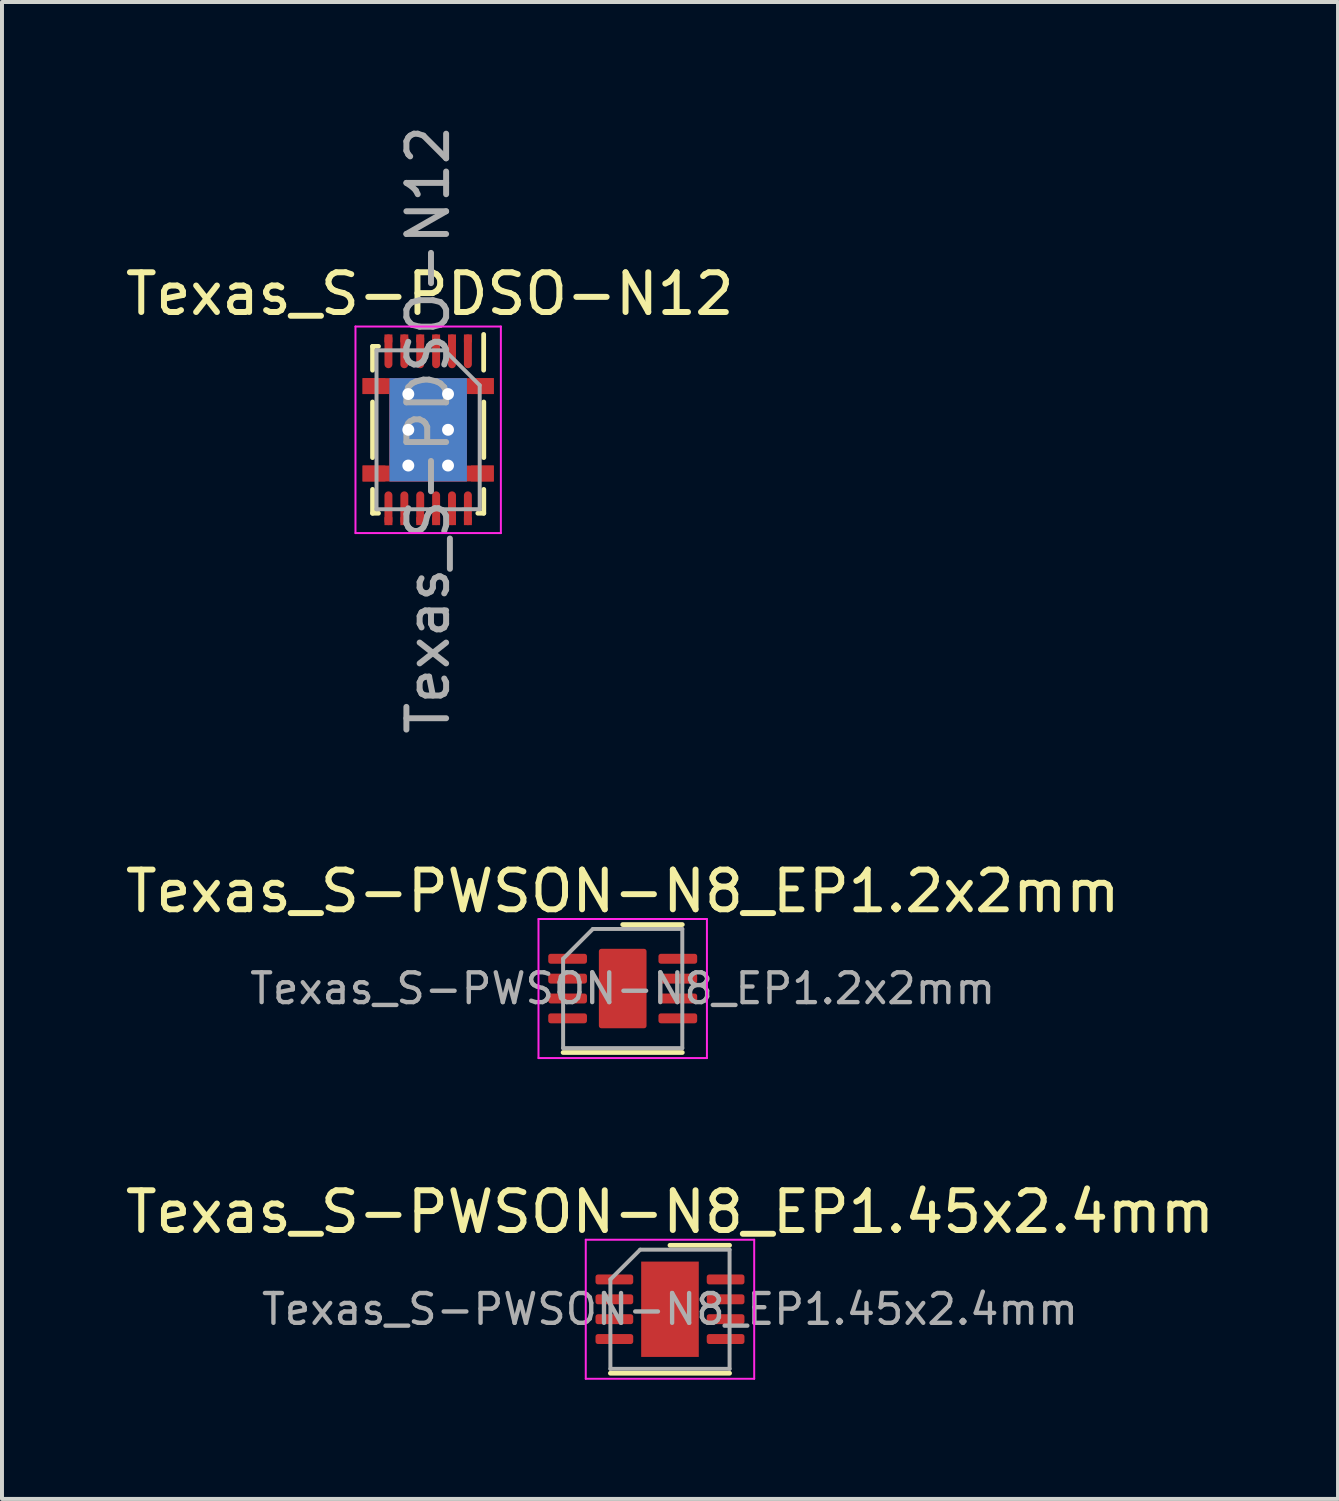
<source format=kicad_pcb>
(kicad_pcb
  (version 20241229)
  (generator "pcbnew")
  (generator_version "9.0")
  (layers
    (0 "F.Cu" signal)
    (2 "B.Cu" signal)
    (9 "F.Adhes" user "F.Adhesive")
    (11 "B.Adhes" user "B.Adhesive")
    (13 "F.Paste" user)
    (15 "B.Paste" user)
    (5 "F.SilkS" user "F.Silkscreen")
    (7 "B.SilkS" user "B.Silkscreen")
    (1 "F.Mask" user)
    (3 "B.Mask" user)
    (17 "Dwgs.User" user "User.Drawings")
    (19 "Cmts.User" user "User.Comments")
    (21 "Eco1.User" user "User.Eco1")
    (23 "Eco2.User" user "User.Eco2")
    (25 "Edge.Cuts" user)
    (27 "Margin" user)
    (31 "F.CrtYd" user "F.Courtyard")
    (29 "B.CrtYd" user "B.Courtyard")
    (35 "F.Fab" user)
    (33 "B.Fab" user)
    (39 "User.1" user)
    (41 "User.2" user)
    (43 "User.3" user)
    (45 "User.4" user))
  (footprint "Texas_S-PWSON-N8_EP1.2x2mm"
    (layer "F.Cu")
    (at 12.625 21.834)
    (property "Reference" "Texas_S-PWSON-N8_EP1.2x2mm" (at 0 -2.45 0) (layer "F.SilkS") (effects (font (size 1 1) (thickness 0.15))))
    (attr smd)
    (fp_line (start -1.5 1.61) (end 1.5 1.61) (stroke (width 0.12) (type solid)) (layer "F.SilkS"))
    (fp_line (start 0 -1.61) (end 1.5 -1.61) (stroke (width 0.12) (type solid)) (layer "F.SilkS"))
    (fp_line (start -2.12 -1.75) (end -2.12 1.75) (stroke (width 0.05) (type solid)) (layer "F.CrtYd"))
    (fp_line (start -2.12 1.75) (end 2.12 1.75) (stroke (width 0.05) (type solid)) (layer "F.CrtYd"))
    (fp_line (start 2.12 -1.75) (end -2.12 -1.75) (stroke (width 0.05) (type solid)) (layer "F.CrtYd"))
    (fp_line (start 2.12 1.75) (end 2.12 -1.75) (stroke (width 0.05) (type solid)) (layer "F.CrtYd"))
    (fp_line (start -1.5 -0.75) (end -0.75 -1.5) (stroke (width 0.1) (type solid)) (layer "F.Fab"))
    (fp_line (start -1.5 1.5) (end -1.5 -0.75) (stroke (width 0.1) (type solid)) (layer "F.Fab"))
    (fp_line (start -0.75 -1.5) (end 1.5 -1.5) (stroke (width 0.1) (type solid)) (layer "F.Fab"))
    (fp_line (start 1.5 -1.5) (end 1.5 1.5) (stroke (width 0.1) (type solid)) (layer "F.Fab"))
    (fp_line (start 1.5 1.5) (end -1.5 1.5) (stroke (width 0.1) (type solid)) (layer "F.Fab"))
    (fp_text user "${REFERENCE}" (at 0 0 0) (layer "F.Fab") (effects (font (size 0.75 0.75) (thickness 0.11))))
    (pad "" smd roundrect (at 0 -0.5) (size 0.97 0.81) (layers "F.Paste") (roundrect_rratio 0.25))
    (pad "" smd roundrect (at 0 0.5) (size 0.97 0.81) (layers "F.Paste") (roundrect_rratio 0.25))
    (pad "1" smd roundrect (at -1.387 -0.75) (size 0.975 0.25) (layers "F.Cu" "F.Mask" "F.Paste") (roundrect_rratio 0.25))
    (pad "2" smd roundrect (at -1.387 -0.25) (size 0.975 0.25) (layers "F.Cu" "F.Mask" "F.Paste") (roundrect_rratio 0.25))
    (pad "3" smd roundrect (at -1.387 0.25) (size 0.975 0.25) (layers "F.Cu" "F.Mask" "F.Paste") (roundrect_rratio 0.25))
    (pad "4" smd roundrect (at -1.387 0.75) (size 0.975 0.25) (layers "F.Cu" "F.Mask" "F.Paste") (roundrect_rratio 0.25))
    (pad "5" smd roundrect (at 1.387 0.75) (size 0.975 0.25) (layers "F.Cu" "F.Mask" "F.Paste") (roundrect_rratio 0.25))
    (pad "6" smd roundrect (at 1.387 0.25) (size 0.975 0.25) (layers "F.Cu" "F.Mask" "F.Paste") (roundrect_rratio 0.25))
    (pad "7" smd roundrect (at 1.387 -0.25) (size 0.975 0.25) (layers "F.Cu" "F.Mask" "F.Paste") (roundrect_rratio 0.25))
    (pad "8" smd roundrect (at 1.387 -0.75) (size 0.975 0.25) (layers "F.Cu" "F.Mask" "F.Paste") (roundrect_rratio 0.25))
    (pad "9" smd roundrect (at 0 0) (size 1.2 2) (layers "F.Cu" "F.Mask") (roundrect_rratio 0.052)))
  (footprint "Texas_S-PDSO-N12"
    (layer "F.Cu")
    (at 7.728 7.769)
    (property "Reference" "Texas_S-PDSO-N12" (at 0.04 -3.42 0) (layer "F.SilkS") (effects (font (size 1 1) (thickness 0.15))))
    (attr smd)
    (fp_line (start -1.4 -2.1) (end -1.25 -2.1) (stroke (width 0.12) (type solid)) (layer "F.SilkS"))
    (fp_line (start -1.4 -1.5) (end -1.4 -2.1) (stroke (width 0.12) (type solid)) (layer "F.SilkS"))
    (fp_line (start -1.4 0.7) (end -1.4 -0.7) (stroke (width 0.12) (type solid)) (layer "F.SilkS"))
    (fp_line (start -1.4 2.1) (end -1.4 1.5) (stroke (width 0.12) (type solid)) (layer "F.SilkS"))
    (fp_line (start -1.4 2.1) (end -1.25 2.1) (stroke (width 0.12) (type solid)) (layer "F.SilkS"))
    (fp_line (start 1.397 -1.501) (end 1.397 -2.401) (stroke (width 0.12) (type solid)) (layer "F.SilkS"))
    (fp_line (start 1.4 0.7) (end 1.4 -0.7) (stroke (width 0.12) (type solid)) (layer "F.SilkS"))
    (fp_line (start 1.4 1.5) (end 1.4 2.1) (stroke (width 0.12) (type solid)) (layer "F.SilkS"))
    (fp_line (start 1.4 2.1) (end 1.25 2.1) (stroke (width 0.12) (type solid)) (layer "F.SilkS"))
    (fp_line (start -1.83 -2.6) (end -1.83 2.6) (stroke (width 0.05) (type solid)) (layer "F.CrtYd"))
    (fp_line (start -1.83 -2.6) (end 1.83 -2.6) (stroke (width 0.05) (type solid)) (layer "F.CrtYd"))
    (fp_line (start -1.83 2.6) (end 1.83 2.6) (stroke (width 0.05) (type solid)) (layer "F.CrtYd"))
    (fp_line (start 1.83 -2.6) (end 1.83 2.6) (stroke (width 0.05) (type solid)) (layer "F.CrtYd"))
    (fp_line (start -1.3 -2) (end -1.3 2) (stroke (width 0.1) (type solid)) (layer "F.Fab"))
    (fp_line (start -1.3 2) (end 1.297 1.999) (stroke (width 0.1) (type solid)) (layer "F.Fab"))
    (fp_line (start 0.417 -2.001) (end -1.3 -2) (stroke (width 0.1) (type solid)) (layer "F.Fab"))
    (fp_line (start 0.417 -2.001) (end 1.297 -1.121) (stroke (width 0.1) (type solid)) (layer "F.Fab"))
    (fp_line (start 1.297 -1.121) (end 1.297 1.999) (stroke (width 0.1) (type solid)) (layer "F.Fab"))
    (fp_text user "${REFERENCE}" (at -0.003 -0.001 270) (layer "F.Fab") (effects (font (size 1 1) (thickness 0.15))))
    (pad "1" smd rect (at 1 -2.3 270) (size 0.2 0.2) (layers "F.Cu" "F.Mask" "F.Paste"))
    (pad "1" smd oval (at 1 -1.975 270) (size 0.85 0.2) (layers "F.Cu" "F.Mask" "F.Paste"))
    (pad "2" smd rect (at 0.6 -2.3 270) (size 0.2 0.2) (layers "F.Cu" "F.Mask" "F.Paste"))
    (pad "2" smd oval (at 0.6 -1.975 270) (size 0.85 0.2) (layers "F.Cu" "F.Mask" "F.Paste"))
    (pad "3" smd rect (at 0.2 -2.3 270) (size 0.2 0.2) (layers "F.Cu" "F.Mask" "F.Paste"))
    (pad "3" smd oval (at 0.2 -1.975 270) (size 0.85 0.2) (layers "F.Cu" "F.Mask" "F.Paste"))
    (pad "4" smd rect (at -0.2 -2.3 270) (size 0.2 0.2) (layers "F.Cu" "F.Mask" "F.Paste"))
    (pad "4" smd oval (at -0.2 -1.975 270) (size 0.85 0.2) (layers "F.Cu" "F.Mask" "F.Paste"))
    (pad "5" smd rect (at -0.6 -2.3 270) (size 0.2 0.2) (layers "F.Cu" "F.Mask" "F.Paste"))
    (pad "5" smd oval (at -0.6 -1.975 270) (size 0.85 0.2) (layers "F.Cu" "F.Mask" "F.Paste"))
    (pad "6" smd rect (at -1 -2.3 270) (size 0.2 0.2) (layers "F.Cu" "F.Mask" "F.Paste"))
    (pad "6" smd oval (at -1 -1.975 270) (size 0.85 0.2) (layers "F.Cu" "F.Mask" "F.Paste"))
    (pad "7" smd oval (at -1 1.975 270) (size 0.85 0.2) (layers "F.Cu" "F.Mask" "F.Paste"))
    (pad "7" smd rect (at -1 2.3 270) (size 0.2 0.2) (layers "F.Cu" "F.Mask" "F.Paste"))
    (pad "8" smd oval (at -0.6 1.975 270) (size 0.85 0.2) (layers "F.Cu" "F.Mask" "F.Paste"))
    (pad "8" smd rect (at -0.6 2.3 270) (size 0.2 0.2) (layers "F.Cu" "F.Mask" "F.Paste"))
    (pad "9" smd oval (at -0.2 1.975 270) (size 0.85 0.2) (layers "F.Cu" "F.Mask" "F.Paste"))
    (pad "9" smd rect (at -0.2 2.3 270) (size 0.2 0.2) (layers "F.Cu" "F.Mask" "F.Paste"))
    (pad "10" smd oval (at 0.2 1.975 270) (size 0.85 0.2) (layers "F.Cu" "F.Mask" "F.Paste"))
    (pad "10" smd rect (at 0.2 2.3 270) (size 0.2 0.2) (layers "F.Cu" "F.Mask" "F.Paste"))
    (pad "11" smd oval (at 0.6 1.975 270) (size 0.85 0.2) (layers "F.Cu" "F.Mask" "F.Paste"))
    (pad "11" smd rect (at 0.6 2.3 270) (size 0.2 0.2) (layers "F.Cu" "F.Mask" "F.Paste"))
    (pad "12" smd oval (at 1 1.975 270) (size 0.85 0.2) (layers "F.Cu" "F.Mask" "F.Paste"))
    (pad "12" smd rect (at 1 2.3 270) (size 0.2 0.2) (layers "F.Cu" "F.Mask" "F.Paste"))
    (pad "13" smd rect (at -1.365 -1.1 180) (size 0.575 0.4) (layers "F.Cu" "F.Mask" "F.Paste"))
    (pad "13" smd rect (at -1.365 1.1 180) (size 0.575 0.4) (layers "F.Cu" "F.Mask" "F.Paste"))
    (pad "13" smd rect (at -1.312 -1.1 180) (size 0.675 0.4) (layers "F.Cu" "F.Mask"))
    (pad "13" smd rect (at -1.312 1.1 180) (size 0.675 0.4) (layers "F.Cu" "F.Mask"))
    (pad "13" thru_hole circle (at -0.5 -0.9 270) (size 0.6 0.6) (drill 0.3) (layers "*.Cu"))
    (pad "13" thru_hole circle (at -0.5 0 270) (size 0.6 0.6) (drill 0.3) (layers "*.Cu"))
    (pad "13" thru_hole circle (at -0.5 0.9 270) (size 0.6 0.6) (drill 0.3) (layers "*.Cu"))
    (pad "13" smd rect (at -0.487 -0.65) (size 0.975 1.3) (layers "F.Cu" "F.Paste"))
    (pad "13" smd rect (at -0.487 0.65) (size 0.975 1.3) (layers "F.Cu" "F.Paste"))
    (pad "13" smd rect (at 0 0 180) (size 1.95 2.6) (layers "F.Cu" "F.Mask"))
    (pad "13" smd rect (at 0 0 180) (size 1.95 2.6) (layers "F.Mask" "B.Cu"))
    (pad "13" smd rect (at 0.487 -0.65) (size 0.975 1.3) (layers "F.Cu" "F.Paste"))
    (pad "13" smd rect (at 0.487 0.65) (size 0.975 1.3) (layers "F.Cu" "F.Paste"))
    (pad "13" thru_hole circle (at 0.5 -0.9 270) (size 0.6 0.6) (drill 0.3) (layers "*.Cu"))
    (pad "13" thru_hole circle (at 0.5 0 270) (size 0.6 0.6) (drill 0.3) (layers "*.Cu"))
    (pad "13" thru_hole circle (at 0.5 0.9 270) (size 0.6 0.6) (drill 0.3) (layers "*.Cu"))
    (pad "13" smd rect (at 1.312 -1.1 180) (size 0.675 0.4) (layers "F.Cu" "F.Mask"))
    (pad "13" smd rect (at 1.312 1.1 180) (size 0.675 0.4) (layers "F.Cu" "F.Mask"))
    (pad "13" smd rect (at 1.365 -1.1 180) (size 0.575 0.4) (layers "F.Cu" "F.Mask" "F.Paste"))
    (pad "13" smd rect (at 1.365 1.1 180) (size 0.575 0.4) (layers "F.Cu" "F.Mask" "F.Paste")))
  (footprint "Texas_S-PWSON-N8_EP1.45x2.4mm"
    (layer "F.Cu")
    (at 13.815 29.907)
    (property "Reference" "Texas_S-PWSON-N8_EP1.45x2.4mm" (at 0 -2.45 0) (layer "F.SilkS") (effects (font (size 1 1) (thickness 0.15))))
    (attr smd)
    (fp_line (start -1.5 1.61) (end 1.5 1.61) (stroke (width 0.12) (type solid)) (layer "F.SilkS"))
    (fp_line (start 0 -1.61) (end 1.5 -1.61) (stroke (width 0.12) (type solid)) (layer "F.SilkS"))
    (fp_line (start -2.12 -1.75) (end -2.12 1.75) (stroke (width 0.05) (type solid)) (layer "F.CrtYd"))
    (fp_line (start -2.12 1.75) (end 2.12 1.75) (stroke (width 0.05) (type solid)) (layer "F.CrtYd"))
    (fp_line (start 2.12 -1.75) (end -2.12 -1.75) (stroke (width 0.05) (type solid)) (layer "F.CrtYd"))
    (fp_line (start 2.12 1.75) (end 2.12 -1.75) (stroke (width 0.05) (type solid)) (layer "F.CrtYd"))
    (fp_line (start -1.5 -0.75) (end -0.75 -1.5) (stroke (width 0.1) (type solid)) (layer "F.Fab"))
    (fp_line (start -1.5 1.5) (end -1.5 -0.75) (stroke (width 0.1) (type solid)) (layer "F.Fab"))
    (fp_line (start -0.75 -1.5) (end 1.5 -1.5) (stroke (width 0.1) (type solid)) (layer "F.Fab"))
    (fp_line (start 1.5 -1.5) (end 1.5 1.5) (stroke (width 0.1) (type solid)) (layer "F.Fab"))
    (fp_line (start 1.5 1.5) (end -1.5 1.5) (stroke (width 0.1) (type solid)) (layer "F.Fab"))
    (fp_text user "${REFERENCE}" (at 0 0 0) (layer "F.Fab") (effects (font (size 0.75 0.75) (thickness 0.11))))
    (pad "" smd roundrect (at 0 -0.6) (size 1.17 0.97) (layers "F.Paste") (roundrect_rratio 0.25))
    (pad "" smd roundrect (at 0 0.6) (size 1.17 0.97) (layers "F.Paste") (roundrect_rratio 0.25))
    (pad "1" smd roundrect (at -1.4 -0.75) (size 0.95 0.25) (layers "F.Cu" "F.Mask" "F.Paste") (roundrect_rratio 0.25))
    (pad "2" smd roundrect (at -1.4 -0.25) (size 0.95 0.25) (layers "F.Cu" "F.Mask" "F.Paste") (roundrect_rratio 0.25))
    (pad "3" smd roundrect (at -1.4 0.25) (size 0.95 0.25) (layers "F.Cu" "F.Mask" "F.Paste") (roundrect_rratio 0.25))
    (pad "4" smd roundrect (at -1.4 0.75) (size 0.95 0.25) (layers "F.Cu" "F.Mask" "F.Paste") (roundrect_rratio 0.25))
    (pad "5" smd roundrect (at 1.4 0.75) (size 0.95 0.25) (layers "F.Cu" "F.Mask" "F.Paste") (roundrect_rratio 0.25))
    (pad "6" smd roundrect (at 1.4 0.25) (size 0.95 0.25) (layers "F.Cu" "F.Mask" "F.Paste") (roundrect_rratio 0.25))
    (pad "7" smd roundrect (at 1.4 -0.25) (size 0.95 0.25) (layers "F.Cu" "F.Mask" "F.Paste") (roundrect_rratio 0.25))
    (pad "8" smd roundrect (at 1.4 -0.75) (size 0.95 0.25) (layers "F.Cu" "F.Mask" "F.Paste") (roundrect_rratio 0.25))
    (pad "9" smd rect (at 0 0) (size 1.45 2.4) (layers "F.Cu" "F.Mask")))
  (gr_rect
    (start -3 -3)
    (end 30.631 34.682)
    (stroke (width 0.1) (type default))
    (fill no)
    (layer "Edge.Cuts")))
</source>
